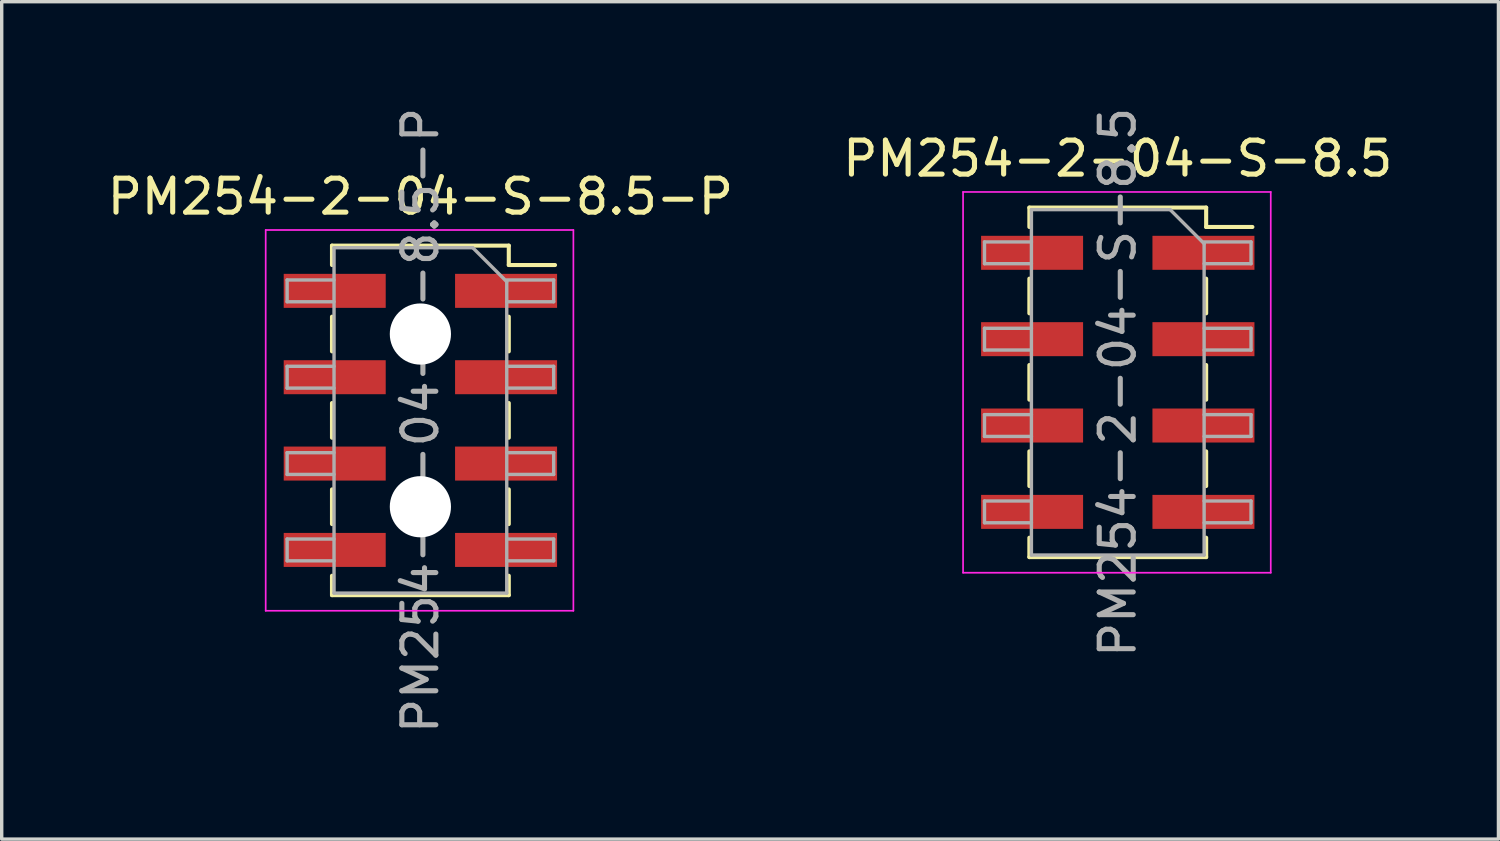
<source format=kicad_pcb>
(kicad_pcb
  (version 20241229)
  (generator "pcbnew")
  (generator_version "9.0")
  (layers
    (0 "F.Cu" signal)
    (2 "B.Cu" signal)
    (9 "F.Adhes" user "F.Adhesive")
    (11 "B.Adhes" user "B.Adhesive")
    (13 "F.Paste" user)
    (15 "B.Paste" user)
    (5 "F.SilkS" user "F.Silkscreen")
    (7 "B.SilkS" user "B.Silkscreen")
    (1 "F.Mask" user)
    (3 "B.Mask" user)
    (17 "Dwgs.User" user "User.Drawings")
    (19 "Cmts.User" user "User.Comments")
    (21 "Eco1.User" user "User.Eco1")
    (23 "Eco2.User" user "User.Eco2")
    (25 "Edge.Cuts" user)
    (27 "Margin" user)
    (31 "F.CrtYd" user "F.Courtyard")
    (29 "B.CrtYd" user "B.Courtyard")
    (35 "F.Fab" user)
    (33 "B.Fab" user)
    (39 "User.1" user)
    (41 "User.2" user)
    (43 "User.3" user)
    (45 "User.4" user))
  (footprint "PM254-2-04-S-8.5"
    (layer "F.Cu")
    (at 29.827 8.196)
    (property "Reference" "PM254-2-04-S-8.5" (at 0 -6.58 0) (layer "F.SilkS") (effects (font (size 1 1) (thickness 0.15))))
    (attr smd)
    (fp_line (start -2.6 -5.14) (end -2.6 -4.57) (stroke (width 0.12) (type solid)) (layer "F.SilkS"))
    (fp_line (start -2.6 -5.14) (end 2.6 -5.14) (stroke (width 0.12) (type solid)) (layer "F.SilkS"))
    (fp_line (start -2.6 -3.05) (end -2.6 -2.03) (stroke (width 0.12) (type solid)) (layer "F.SilkS"))
    (fp_line (start -2.6 -0.51) (end -2.6 0.51) (stroke (width 0.12) (type solid)) (layer "F.SilkS"))
    (fp_line (start -2.6 2.03) (end -2.6 3.05) (stroke (width 0.12) (type solid)) (layer "F.SilkS"))
    (fp_line (start -2.6 4.57) (end -2.6 5.14) (stroke (width 0.12) (type solid)) (layer "F.SilkS"))
    (fp_line (start -2.6 5.14) (end 2.6 5.14) (stroke (width 0.12) (type solid)) (layer "F.SilkS"))
    (fp_line (start 2.6 -5.14) (end 2.6 -4.57) (stroke (width 0.12) (type solid)) (layer "F.SilkS"))
    (fp_line (start 2.6 -4.57) (end 3.96 -4.57) (stroke (width 0.12) (type solid)) (layer "F.SilkS"))
    (fp_line (start 2.6 -3.05) (end 2.6 -2.03) (stroke (width 0.12) (type solid)) (layer "F.SilkS"))
    (fp_line (start 2.6 -0.51) (end 2.6 0.51) (stroke (width 0.12) (type solid)) (layer "F.SilkS"))
    (fp_line (start 2.6 2.03) (end 2.6 3.05) (stroke (width 0.12) (type solid)) (layer "F.SilkS"))
    (fp_line (start 2.6 4.57) (end 2.6 5.14) (stroke (width 0.12) (type solid)) (layer "F.SilkS"))
    (fp_line (start -4.55 -5.6) (end 4.5 -5.6) (stroke (width 0.05) (type solid)) (layer "F.CrtYd"))
    (fp_line (start -4.55 5.6) (end -4.55 -5.6) (stroke (width 0.05) (type solid)) (layer "F.CrtYd"))
    (fp_line (start 4.5 -5.6) (end 4.5 5.6) (stroke (width 0.05) (type solid)) (layer "F.CrtYd"))
    (fp_line (start 4.5 5.6) (end -4.55 5.6) (stroke (width 0.05) (type solid)) (layer "F.CrtYd"))
    (fp_line (start -3.92 -4.13) (end -2.54 -4.13) (stroke (width 0.1) (type solid)) (layer "F.Fab"))
    (fp_line (start -3.92 -3.49) (end -3.92 -4.13) (stroke (width 0.1) (type solid)) (layer "F.Fab"))
    (fp_line (start -3.92 -1.59) (end -2.54 -1.59) (stroke (width 0.1) (type solid)) (layer "F.Fab"))
    (fp_line (start -3.92 -0.95) (end -3.92 -1.59) (stroke (width 0.1) (type solid)) (layer "F.Fab"))
    (fp_line (start -3.92 0.95) (end -2.54 0.95) (stroke (width 0.1) (type solid)) (layer "F.Fab"))
    (fp_line (start -3.92 1.59) (end -3.92 0.95) (stroke (width 0.1) (type solid)) (layer "F.Fab"))
    (fp_line (start -3.92 3.49) (end -2.54 3.49) (stroke (width 0.1) (type solid)) (layer "F.Fab"))
    (fp_line (start -3.92 4.13) (end -3.92 3.49) (stroke (width 0.1) (type solid)) (layer "F.Fab"))
    (fp_line (start -2.54 -5.08) (end 1.54 -5.08) (stroke (width 0.1) (type solid)) (layer "F.Fab"))
    (fp_line (start -2.54 -3.49) (end -3.92 -3.49) (stroke (width 0.1) (type solid)) (layer "F.Fab"))
    (fp_line (start -2.54 -0.95) (end -3.92 -0.95) (stroke (width 0.1) (type solid)) (layer "F.Fab"))
    (fp_line (start -2.54 1.59) (end -3.92 1.59) (stroke (width 0.1) (type solid)) (layer "F.Fab"))
    (fp_line (start -2.54 4.13) (end -3.92 4.13) (stroke (width 0.1) (type solid)) (layer "F.Fab"))
    (fp_line (start -2.54 5.08) (end -2.54 -5.08) (stroke (width 0.1) (type solid)) (layer "F.Fab"))
    (fp_line (start 1.54 -5.08) (end 2.54 -4.08) (stroke (width 0.1) (type solid)) (layer "F.Fab"))
    (fp_line (start 2.54 -4.13) (end 3.92 -4.13) (stroke (width 0.1) (type solid)) (layer "F.Fab"))
    (fp_line (start 2.54 -4.08) (end 2.54 5.08) (stroke (width 0.1) (type solid)) (layer "F.Fab"))
    (fp_line (start 2.54 -1.59) (end 3.92 -1.59) (stroke (width 0.1) (type solid)) (layer "F.Fab"))
    (fp_line (start 2.54 0.95) (end 3.92 0.95) (stroke (width 0.1) (type solid)) (layer "F.Fab"))
    (fp_line (start 2.54 3.49) (end 3.92 3.49) (stroke (width 0.1) (type solid)) (layer "F.Fab"))
    (fp_line (start 2.54 5.08) (end -2.54 5.08) (stroke (width 0.1) (type solid)) (layer "F.Fab"))
    (fp_line (start 3.92 -4.13) (end 3.92 -3.49) (stroke (width 0.1) (type solid)) (layer "F.Fab"))
    (fp_line (start 3.92 -3.49) (end 2.54 -3.49) (stroke (width 0.1) (type solid)) (layer "F.Fab"))
    (fp_line (start 3.92 -1.59) (end 3.92 -0.95) (stroke (width 0.1) (type solid)) (layer "F.Fab"))
    (fp_line (start 3.92 -0.95) (end 2.54 -0.95) (stroke (width 0.1) (type solid)) (layer "F.Fab"))
    (fp_line (start 3.92 0.95) (end 3.92 1.59) (stroke (width 0.1) (type solid)) (layer "F.Fab"))
    (fp_line (start 3.92 1.59) (end 2.54 1.59) (stroke (width 0.1) (type solid)) (layer "F.Fab"))
    (fp_line (start 3.92 3.49) (end 3.92 4.13) (stroke (width 0.1) (type solid)) (layer "F.Fab"))
    (fp_line (start 3.92 4.13) (end 2.54 4.13) (stroke (width 0.1) (type solid)) (layer "F.Fab"))
    (fp_text user "${REFERENCE}" (at 0 0 90) (layer "F.Fab") (effects (font (size 1 1) (thickness 0.15))))
    (pad "1" smd rect (at 2.52 -3.81) (size 3 1) (layers "F.Cu" "F.Mask" "F.Paste"))
    (pad "2" smd rect (at -2.52 -3.81) (size 3 1) (layers "F.Cu" "F.Mask" "F.Paste"))
    (pad "3" smd rect (at 2.52 -1.27) (size 3 1) (layers "F.Cu" "F.Mask" "F.Paste"))
    (pad "4" smd rect (at -2.52 -1.27) (size 3 1) (layers "F.Cu" "F.Mask" "F.Paste"))
    (pad "5" smd rect (at 2.52 1.27) (size 3 1) (layers "F.Cu" "F.Mask" "F.Paste"))
    (pad "6" smd rect (at -2.52 1.27) (size 3 1) (layers "F.Cu" "F.Mask" "F.Paste"))
    (pad "7" smd rect (at 2.52 3.81) (size 3 1) (layers "F.Cu" "F.Mask" "F.Paste"))
    (pad "8" smd rect (at -2.52 3.81) (size 3 1) (layers "F.Cu" "F.Mask" "F.Paste")))
  (footprint "PM254-2-04-S-8.5-P"
    (layer "F.Cu")
    (at 9.315 9.315)
    (property "Reference" "PM254-2-04-S-8.5-P" (at 0 -6.58 0) (layer "F.SilkS") (effects (font (size 1 1) (thickness 0.15))))
    (attr smd)
    (fp_line (start -2.6 -5.14) (end -2.6 -4.57) (stroke (width 0.12) (type solid)) (layer "F.SilkS"))
    (fp_line (start -2.6 -5.14) (end 2.6 -5.14) (stroke (width 0.12) (type solid)) (layer "F.SilkS"))
    (fp_line (start -2.6 -3.05) (end -2.6 -2.03) (stroke (width 0.12) (type solid)) (layer "F.SilkS"))
    (fp_line (start -2.6 -0.51) (end -2.6 0.51) (stroke (width 0.12) (type solid)) (layer "F.SilkS"))
    (fp_line (start -2.6 2.03) (end -2.6 3.05) (stroke (width 0.12) (type solid)) (layer "F.SilkS"))
    (fp_line (start -2.6 4.57) (end -2.6 5.14) (stroke (width 0.12) (type solid)) (layer "F.SilkS"))
    (fp_line (start -2.6 5.14) (end 2.6 5.14) (stroke (width 0.12) (type solid)) (layer "F.SilkS"))
    (fp_line (start 2.6 -5.14) (end 2.6 -4.57) (stroke (width 0.12) (type solid)) (layer "F.SilkS"))
    (fp_line (start 2.6 -4.57) (end 3.96 -4.57) (stroke (width 0.12) (type solid)) (layer "F.SilkS"))
    (fp_line (start 2.6 -3.05) (end 2.6 -2.03) (stroke (width 0.12) (type solid)) (layer "F.SilkS"))
    (fp_line (start 2.6 -0.51) (end 2.6 0.51) (stroke (width 0.12) (type solid)) (layer "F.SilkS"))
    (fp_line (start 2.6 2.03) (end 2.6 3.05) (stroke (width 0.12) (type solid)) (layer "F.SilkS"))
    (fp_line (start 2.6 4.57) (end 2.6 5.14) (stroke (width 0.12) (type solid)) (layer "F.SilkS"))
    (fp_line (start -4.55 -5.6) (end 4.5 -5.6) (stroke (width 0.05) (type solid)) (layer "F.CrtYd"))
    (fp_line (start -4.55 5.6) (end -4.55 -5.6) (stroke (width 0.05) (type solid)) (layer "F.CrtYd"))
    (fp_line (start 4.5 -5.6) (end 4.5 5.6) (stroke (width 0.05) (type solid)) (layer "F.CrtYd"))
    (fp_line (start 4.5 5.6) (end -4.55 5.6) (stroke (width 0.05) (type solid)) (layer "F.CrtYd"))
    (fp_line (start -3.92 -4.13) (end -2.54 -4.13) (stroke (width 0.1) (type solid)) (layer "F.Fab"))
    (fp_line (start -3.92 -3.49) (end -3.92 -4.13) (stroke (width 0.1) (type solid)) (layer "F.Fab"))
    (fp_line (start -3.92 -1.59) (end -2.54 -1.59) (stroke (width 0.1) (type solid)) (layer "F.Fab"))
    (fp_line (start -3.92 -0.95) (end -3.92 -1.59) (stroke (width 0.1) (type solid)) (layer "F.Fab"))
    (fp_line (start -3.92 0.95) (end -2.54 0.95) (stroke (width 0.1) (type solid)) (layer "F.Fab"))
    (fp_line (start -3.92 1.59) (end -3.92 0.95) (stroke (width 0.1) (type solid)) (layer "F.Fab"))
    (fp_line (start -3.92 3.49) (end -2.54 3.49) (stroke (width 0.1) (type solid)) (layer "F.Fab"))
    (fp_line (start -3.92 4.13) (end -3.92 3.49) (stroke (width 0.1) (type solid)) (layer "F.Fab"))
    (fp_line (start -2.54 -5.08) (end 1.54 -5.08) (stroke (width 0.1) (type solid)) (layer "F.Fab"))
    (fp_line (start -2.54 -3.49) (end -3.92 -3.49) (stroke (width 0.1) (type solid)) (layer "F.Fab"))
    (fp_line (start -2.54 -0.95) (end -3.92 -0.95) (stroke (width 0.1) (type solid)) (layer "F.Fab"))
    (fp_line (start -2.54 1.59) (end -3.92 1.59) (stroke (width 0.1) (type solid)) (layer "F.Fab"))
    (fp_line (start -2.54 4.13) (end -3.92 4.13) (stroke (width 0.1) (type solid)) (layer "F.Fab"))
    (fp_line (start -2.54 5.08) (end -2.54 -5.08) (stroke (width 0.1) (type solid)) (layer "F.Fab"))
    (fp_line (start 1.54 -5.08) (end 2.54 -4.08) (stroke (width 0.1) (type solid)) (layer "F.Fab"))
    (fp_line (start 2.54 -4.13) (end 3.92 -4.13) (stroke (width 0.1) (type solid)) (layer "F.Fab"))
    (fp_line (start 2.54 -4.08) (end 2.54 5.08) (stroke (width 0.1) (type solid)) (layer "F.Fab"))
    (fp_line (start 2.54 -1.59) (end 3.92 -1.59) (stroke (width 0.1) (type solid)) (layer "F.Fab"))
    (fp_line (start 2.54 0.95) (end 3.92 0.95) (stroke (width 0.1) (type solid)) (layer "F.Fab"))
    (fp_line (start 2.54 3.49) (end 3.92 3.49) (stroke (width 0.1) (type solid)) (layer "F.Fab"))
    (fp_line (start 2.54 5.08) (end -2.54 5.08) (stroke (width 0.1) (type solid)) (layer "F.Fab"))
    (fp_line (start 3.92 -4.13) (end 3.92 -3.49) (stroke (width 0.1) (type solid)) (layer "F.Fab"))
    (fp_line (start 3.92 -3.49) (end 2.54 -3.49) (stroke (width 0.1) (type solid)) (layer "F.Fab"))
    (fp_line (start 3.92 -1.59) (end 3.92 -0.95) (stroke (width 0.1) (type solid)) (layer "F.Fab"))
    (fp_line (start 3.92 -0.95) (end 2.54 -0.95) (stroke (width 0.1) (type solid)) (layer "F.Fab"))
    (fp_line (start 3.92 0.95) (end 3.92 1.59) (stroke (width 0.1) (type solid)) (layer "F.Fab"))
    (fp_line (start 3.92 1.59) (end 2.54 1.59) (stroke (width 0.1) (type solid)) (layer "F.Fab"))
    (fp_line (start 3.92 3.49) (end 3.92 4.13) (stroke (width 0.1) (type solid)) (layer "F.Fab"))
    (fp_line (start 3.92 4.13) (end 2.54 4.13) (stroke (width 0.1) (type solid)) (layer "F.Fab"))
    (fp_text user "${REFERENCE}" (at 0 0 90) (layer "F.Fab") (effects (font (size 1 1) (thickness 0.15))))
    (pad "" np_thru_hole circle (at 0 -2.54) (size 1.8 1.8) (drill 1.8) (layers "*.Cu" "*.Mask"))
    (pad "" np_thru_hole circle (at 0 2.54) (size 1.8 1.8) (drill 1.8) (layers "*.Cu" "*.Mask"))
    (pad "1" smd rect (at 2.52 -3.81) (size 3 1) (layers "F.Cu" "F.Mask" "F.Paste"))
    (pad "2" smd rect (at -2.52 -3.81) (size 3 1) (layers "F.Cu" "F.Mask" "F.Paste"))
    (pad "3" smd rect (at 2.52 -1.27) (size 3 1) (layers "F.Cu" "F.Mask" "F.Paste"))
    (pad "4" smd rect (at -2.52 -1.27) (size 3 1) (layers "F.Cu" "F.Mask" "F.Paste"))
    (pad "5" smd rect (at 2.52 1.27) (size 3 1) (layers "F.Cu" "F.Mask" "F.Paste"))
    (pad "6" smd rect (at -2.52 1.27) (size 3 1) (layers "F.Cu" "F.Mask" "F.Paste"))
    (pad "7" smd rect (at 2.52 3.81) (size 3 1) (layers "F.Cu" "F.Mask" "F.Paste"))
    (pad "8" smd rect (at -2.52 3.81) (size 3 1) (layers "F.Cu" "F.Mask" "F.Paste")))
  (gr_rect
    (start -3 -3)
    (end 41.024 21.631)
    (stroke (width 0.1) (type default))
    (fill no)
    (layer "Edge.Cuts")))
</source>
